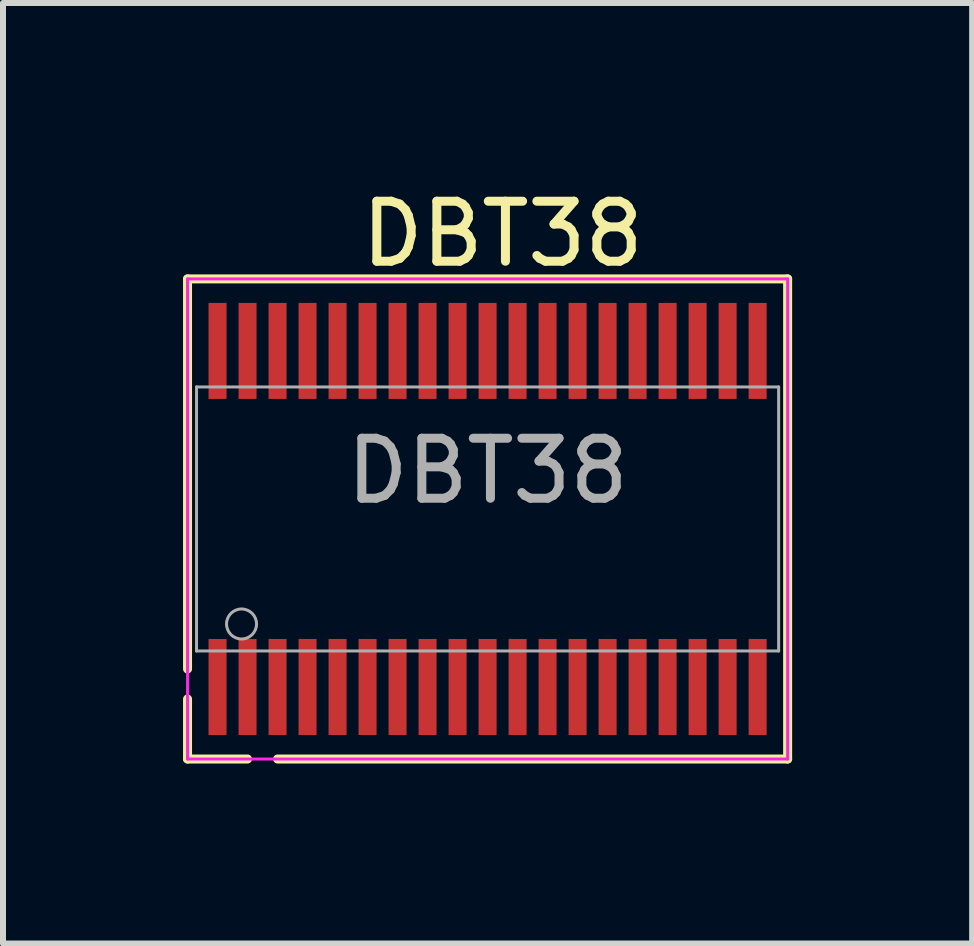
<source format=kicad_pcb>
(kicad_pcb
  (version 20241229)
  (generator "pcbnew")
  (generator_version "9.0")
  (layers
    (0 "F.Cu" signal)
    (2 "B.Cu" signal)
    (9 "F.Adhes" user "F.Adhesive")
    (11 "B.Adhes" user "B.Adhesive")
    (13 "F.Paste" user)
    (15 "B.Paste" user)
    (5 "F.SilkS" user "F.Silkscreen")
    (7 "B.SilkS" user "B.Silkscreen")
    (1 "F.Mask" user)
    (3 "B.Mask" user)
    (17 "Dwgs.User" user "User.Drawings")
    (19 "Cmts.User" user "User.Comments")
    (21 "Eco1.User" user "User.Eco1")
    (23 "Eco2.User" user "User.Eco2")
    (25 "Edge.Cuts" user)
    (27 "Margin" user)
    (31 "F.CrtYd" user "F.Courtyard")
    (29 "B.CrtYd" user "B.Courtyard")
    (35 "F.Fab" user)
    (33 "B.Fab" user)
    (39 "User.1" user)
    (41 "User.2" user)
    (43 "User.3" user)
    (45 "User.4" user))
  (footprint "DBT38"
    (layer "F.Cu")
    (at 5.075 5.598)
    (property "Reference" "DBT38" (at 0.25 -4.75 0) (layer "F.SilkS") (effects (font (size 1 1) (thickness 0.15))))
    (attr smd)
    (fp_line (start -5 -4) (end 5 -4) (stroke (width 0.15) (type solid)) (layer "F.SilkS"))
    (fp_line (start -5 2.5) (end -5 -4) (stroke (width 0.15) (type solid)) (layer "F.SilkS"))
    (fp_line (start -5 4) (end -5 3) (stroke (width 0.15) (type solid)) (layer "F.SilkS"))
    (fp_line (start -5 4) (end -4 4) (stroke (width 0.15) (type solid)) (layer "F.SilkS"))
    (fp_line (start 5 -4) (end 5 4) (stroke (width 0.15) (type solid)) (layer "F.SilkS"))
    (fp_line (start 5 4) (end -3.5 4) (stroke (width 0.15) (type solid)) (layer "F.SilkS"))
    (fp_line (start -5 -4) (end -5 4) (stroke (width 0.05) (type solid)) (layer "F.CrtYd"))
    (fp_line (start -5 4) (end 5 4) (stroke (width 0.05) (type solid)) (layer "F.CrtYd"))
    (fp_line (start 5 -4) (end -5 -4) (stroke (width 0.05) (type solid)) (layer "F.CrtYd"))
    (fp_line (start 5 4) (end 5 -4) (stroke (width 0.05) (type solid)) (layer "F.CrtYd"))
    (fp_line (start -4.85 -2.2) (end -4.85 2.2) (stroke (width 0.05) (type solid)) (layer "F.Fab"))
    (fp_line (start -4.85 -2.2) (end 4.85 -2.2) (stroke (width 0.05) (type solid)) (layer "F.Fab"))
    (fp_line (start -4.85 2.2) (end 4.85 2.2) (stroke (width 0.05) (type solid)) (layer "F.Fab"))
    (fp_line (start 4.85 -2.2) (end 4.85 2.2) (stroke (width 0.05) (type solid)) (layer "F.Fab"))
    (fp_circle (center -4.1 1.75) (end -3.85 1.75) (stroke (width 0.05) (type solid)) (fill no) (layer "F.Fab"))
    (fp_text user "${REFERENCE}" (at 0 -0.8 0) (layer "F.Fab") (effects (font (size 1 1) (thickness 0.15))))
    (pad "1" smd rect (at -4.5 2.8) (size 0.3 1.6) (layers "F.Cu" "F.Mask" "F.Paste"))
    (pad "2" smd rect (at -4 2.8) (size 0.3 1.6) (layers "F.Cu" "F.Mask" "F.Paste"))
    (pad "3" smd rect (at -3.5 2.8) (size 0.3 1.6) (layers "F.Cu" "F.Mask" "F.Paste"))
    (pad "4" smd rect (at -3 2.8) (size 0.3 1.6) (layers "F.Cu" "F.Mask" "F.Paste"))
    (pad "5" smd rect (at -2.5 2.8) (size 0.3 1.6) (layers "F.Cu" "F.Mask" "F.Paste"))
    (pad "6" smd rect (at -2 2.8) (size 0.3 1.6) (layers "F.Cu" "F.Mask" "F.Paste"))
    (pad "7" smd rect (at -1.5 2.8) (size 0.3 1.6) (layers "F.Cu" "F.Mask" "F.Paste"))
    (pad "8" smd rect (at -1 2.8) (size 0.3 1.6) (layers "F.Cu" "F.Mask" "F.Paste"))
    (pad "9" smd rect (at -0.5 2.8) (size 0.3 1.6) (layers "F.Cu" "F.Mask" "F.Paste"))
    (pad "10" smd rect (at 0 2.8) (size 0.3 1.6) (layers "F.Cu" "F.Mask" "F.Paste"))
    (pad "11" smd rect (at 0.5 2.8) (size 0.3 1.6) (layers "F.Cu" "F.Mask" "F.Paste"))
    (pad "12" smd rect (at 1 2.8) (size 0.3 1.6) (layers "F.Cu" "F.Mask" "F.Paste"))
    (pad "13" smd rect (at 1.5 2.8) (size 0.3 1.6) (layers "F.Cu" "F.Mask" "F.Paste"))
    (pad "14" smd rect (at 2 2.8) (size 0.3 1.6) (layers "F.Cu" "F.Mask" "F.Paste"))
    (pad "15" smd rect (at 2.5 2.8) (size 0.3 1.6) (layers "F.Cu" "F.Mask" "F.Paste"))
    (pad "16" smd rect (at 3 2.8) (size 0.3 1.6) (layers "F.Cu" "F.Mask" "F.Paste"))
    (pad "17" smd rect (at 3.5 2.8) (size 0.3 1.6) (layers "F.Cu" "F.Mask" "F.Paste"))
    (pad "18" smd rect (at 4 2.8) (size 0.3 1.6) (layers "F.Cu" "F.Mask" "F.Paste"))
    (pad "19" smd rect (at 4.5 2.8) (size 0.3 1.6) (layers "F.Cu" "F.Mask" "F.Paste"))
    (pad "20" smd rect (at 4.5 -2.8) (size 0.3 1.6) (layers "F.Cu" "F.Mask" "F.Paste"))
    (pad "21" smd rect (at 4 -2.8) (size 0.3 1.6) (layers "F.Cu" "F.Mask" "F.Paste"))
    (pad "22" smd rect (at 3.5 -2.8) (size 0.3 1.6) (layers "F.Cu" "F.Mask" "F.Paste"))
    (pad "23" smd rect (at 3 -2.8) (size 0.3 1.6) (layers "F.Cu" "F.Mask" "F.Paste"))
    (pad "24" smd rect (at 2.5 -2.8) (size 0.3 1.6) (layers "F.Cu" "F.Mask" "F.Paste"))
    (pad "25" smd rect (at 2 -2.8) (size 0.3 1.6) (layers "F.Cu" "F.Mask" "F.Paste"))
    (pad "26" smd rect (at 1.5 -2.8) (size 0.3 1.6) (layers "F.Cu" "F.Mask" "F.Paste"))
    (pad "27" smd rect (at 1 -2.8) (size 0.3 1.6) (layers "F.Cu" "F.Mask" "F.Paste"))
    (pad "28" smd rect (at 0.5 -2.8) (size 0.3 1.6) (layers "F.Cu" "F.Mask" "F.Paste"))
    (pad "29" smd rect (at 0 -2.8) (size 0.3 1.6) (layers "F.Cu" "F.Mask" "F.Paste"))
    (pad "30" smd rect (at -0.5 -2.8) (size 0.3 1.6) (layers "F.Cu" "F.Mask" "F.Paste"))
    (pad "31" smd rect (at -1 -2.8) (size 0.3 1.6) (layers "F.Cu" "F.Mask" "F.Paste"))
    (pad "32" smd rect (at -1.5 -2.8) (size 0.3 1.6) (layers "F.Cu" "F.Mask" "F.Paste"))
    (pad "33" smd rect (at -2 -2.8) (size 0.3 1.6) (layers "F.Cu" "F.Mask" "F.Paste"))
    (pad "34" smd rect (at -2.5 -2.8) (size 0.3 1.6) (layers "F.Cu" "F.Mask" "F.Paste"))
    (pad "35" smd rect (at -3 -2.8) (size 0.3 1.6) (layers "F.Cu" "F.Mask" "F.Paste"))
    (pad "36" smd rect (at -3.5 -2.8) (size 0.3 1.6) (layers "F.Cu" "F.Mask" "F.Paste"))
    (pad "37" smd rect (at -4 -2.8) (size 0.3 1.6) (layers "F.Cu" "F.Mask" "F.Paste"))
    (pad "38" smd rect (at -4.5 -2.8) (size 0.3 1.6) (layers "F.Cu" "F.Mask" "F.Paste")))
  (gr_rect
    (start -3 -3)
    (end 13.15 12.673)
    (stroke (width 0.1) (type default))
    (fill no)
    (layer "Edge.Cuts")))
</source>
